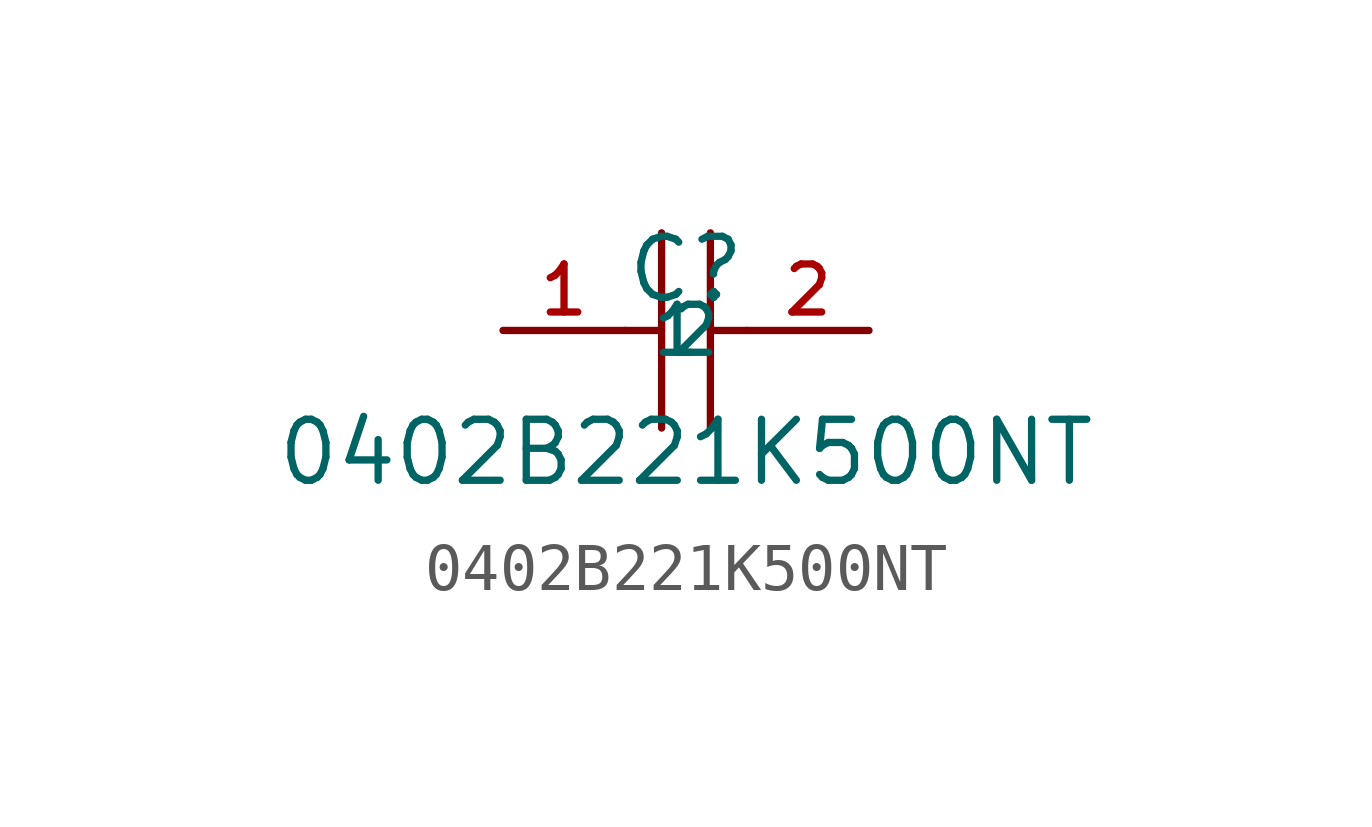
<source format=kicad_sym>
(kicad_symbol_lib
  (version 20210201)
  (generator TousstNicolas/JLC2KiCad_lib)
  (symbol "0402B221K500NT"
    (property "Reference" "C"
      (at 0 1.27 0)
      (effects (font (size 1.27 1.27))))
    (property "Value" "0402B221K500NT"
      (at 0 -2.54 0)
      (effects (font (size 1.27 1.27))))
    (symbol "0402B221K500NT_0_1"
      (polyline (pts (xy -0.508 2.032) (xy -0.508 -2.032)) (stroke (width 0) (type default) (color 0 0 0 0)) (fill (type none)))
      (polyline (pts (xy 0.508 2.032) (xy 0.508 -2.032)) (stroke (width 0) (type default) (color 0 0 0 0)) (fill (type none)))
      (pin input line (at -3.81 -0.0 0) (length 2.54) (name "1" (effects (font (size 1 1)))) (number "1" (effects (font (size 1 1)))))
      (pin input line (at 3.81 -0.0 180) (length 2.54) (name "2" (effects (font (size 1 1)))) (number "2" (effects (font (size 1 1)))))
      (polyline (pts (xy -1.27 -0.0) (xy -0.508 -0.0)) (stroke (width 0) (type default) (color 0 0 0 0)) (fill (type none)))
      (polyline (pts (xy 0.508 -0.0) (xy 1.27 -0.0)) (stroke (width 0) (type default) (color 0 0 0 0)) (fill (type none))))))
</source>
